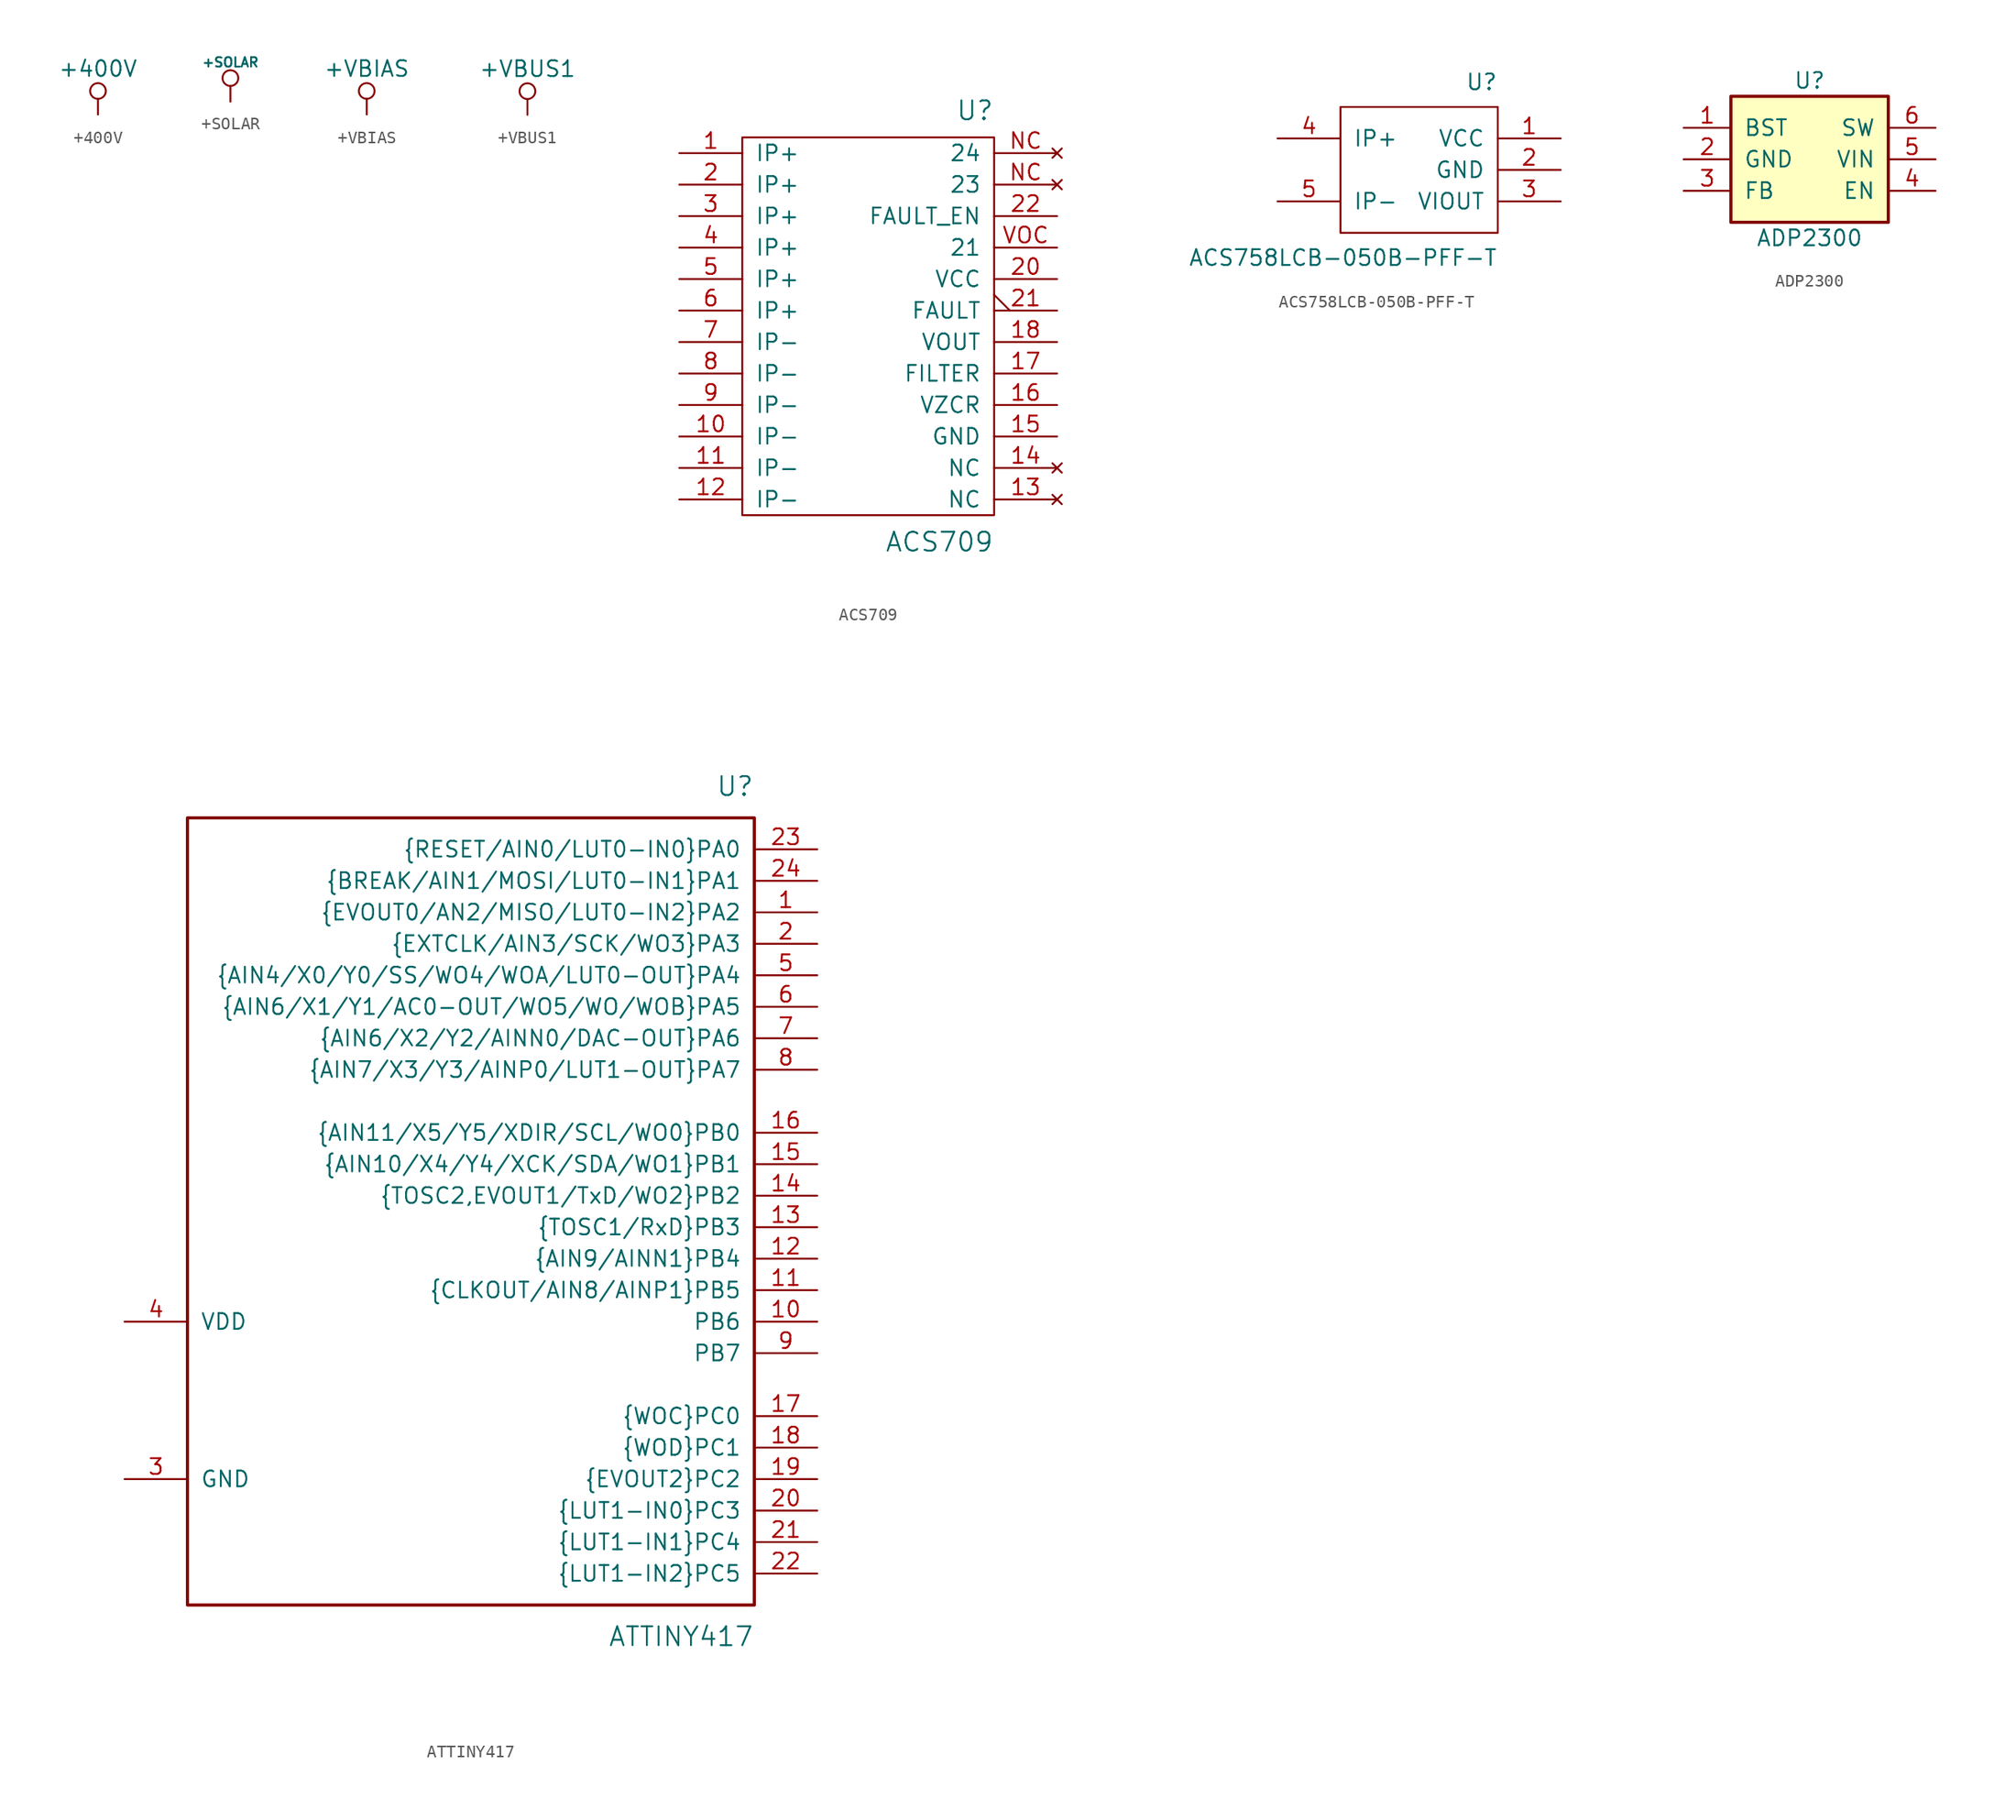
<source format=kicad_sym>
(kicad_symbol_lib
  (version 20211014)
  (generator kicad_symbol_editor)
  (symbol "+400V"
    (power)
    (pin_numbers hide)
    (pin_names
      (offset 0))
    (property "Reference" "#PWR"
      (at 0 -1.27 0)
      (effects (font (size 0.508 0.508)) hide))
    (property "Value" "+400V"
      (at 0 4.445 0)
      (effects (font (size 1.27 1.27)) (justify top)))
    (property "Footprint" ""
      (at 0 0 0)
      (effects (font (size 1.524 1.524))))
    (property "Datasheet" ""
      (at 0 0 0)
      (effects (font (size 1.524 1.524))))
    (symbol "+400V_0_0"
      (pin power_in line (at 0 0 90) (length 0) hide (name "+400V" (effects (font (size 0.762 0.762)))) (number "1" (effects (font (size 0.508 0.508))))))
    (symbol "+400V_0_1"
      (polyline (pts (xy 0 0) (xy 0 1.27)) (stroke (width 0) (type default) (color 0 0 0 0)) (fill (type none)))
      (circle (center 0 1.905) (radius 0.635) (stroke (width 0) (type default) (color 0 0 0 0)) (fill (type none)))))
  (symbol "+SOLAR"
    (power)
    (pin_numbers hide)
    (pin_names
      (offset 0))
    (property "Reference" "#PWR"
      (at 0 -1.27 0)
      (effects (font (size 0.508 0.508)) hide))
    (property "Value" "+SOLAR"
      (at 0 3.175 0)
      (effects (font (size 0.762 0.762))))
    (property "Footprint" ""
      (at 0 0 0)
      (effects (font (size 1.524 1.524))))
    (property "Datasheet" ""
      (at 0 0 0)
      (effects (font (size 1.524 1.524))))
    (symbol "+SOLAR_0_0"
      (pin power_in line (at 0 0 90) (length 0) hide (name "+SOLAR" (effects (font (size 0.762 0.762)))) (number "1" (effects (font (size 0.508 0.508))))))
    (symbol "+SOLAR_0_1"
      (polyline (pts (xy 0 0) (xy 0 1.27)) (stroke (width 0) (type default) (color 0 0 0 0)) (fill (type none)))
      (circle (center 0 1.905) (radius 0.635) (stroke (width 0) (type default) (color 0 0 0 0)) (fill (type none)))))
  (symbol "+VBIAS"
    (power)
    (pin_numbers hide)
    (pin_names
      (offset 0))
    (property "Reference" "#PWR"
      (at 0 -1.27 0)
      (effects (font (size 0.508 0.508)) hide))
    (property "Value" "+VBIAS"
      (at 0 4.445 0)
      (effects (font (size 1.27 1.27)) (justify top)))
    (property "Footprint" ""
      (at 0 0 0)
      (effects (font (size 1.524 1.524))))
    (property "Datasheet" ""
      (at 0 0 0)
      (effects (font (size 1.524 1.524))))
    (symbol "+VBIAS_0_0"
      (pin power_in line (at 0 0 90) (length 0) hide (name "+VBIAS" (effects (font (size 0.762 0.762)))) (number "1" (effects (font (size 0.508 0.508))))))
    (symbol "+VBIAS_0_1"
      (polyline (pts (xy 0 0) (xy 0 1.27)) (stroke (width 0) (type default) (color 0 0 0 0)) (fill (type none)))
      (circle (center 0 1.905) (radius 0.635) (stroke (width 0) (type default) (color 0 0 0 0)) (fill (type none)))))
  (symbol "+VBUS1"
    (power)
    (pin_numbers hide)
    (pin_names
      (offset 0))
    (property "Reference" "#PWR"
      (at 0 -1.27 0)
      (effects (font (size 0.508 0.508)) hide))
    (property "Value" "+VBUS1"
      (at 0 4.445 0)
      (effects (font (size 1.27 1.27)) (justify top)))
    (property "Footprint" ""
      (at 0 0 0)
      (effects (font (size 1.524 1.524))))
    (property "Datasheet" ""
      (at 0 0 0)
      (effects (font (size 1.524 1.524))))
    (symbol "+VBUS1_0_0"
      (pin power_in line (at 0 0 90) (length 0) hide (name "+VBUS1" (effects (font (size 0.762 0.762)))) (number "1" (effects (font (size 0.508 0.508))))))
    (symbol "+VBUS1_0_1"
      (polyline (pts (xy 0 0) (xy 0 1.27)) (stroke (width 0) (type default) (color 0 0 0 0)) (fill (type none)))
      (circle (center 0 1.905) (radius 0.635) (stroke (width 0) (type default) (color 0 0 0 0)) (fill (type none)))))
  (symbol "ACS709"
    (pin_names
      (offset 1.016))
    (property "Reference" "U"
      (at 11.43 16.51 0)
      (effects (font (size 1.524 1.524)) (justify right bottom)))
    (property "Value" "ACS709"
      (at 11.43 -16.51 0)
      (effects (font (size 1.524 1.524)) (justify right top)))
    (symbol "ACS709_0_1"
      (rectangle (start -8.89 15.24) (end 11.43 -15.24) (stroke (width 0) (type default) (color 0 0 0 0)) (fill (type none))))
    (symbol "ACS709_1_1"
      (pin passive line (at -13.97 13.97 0) (length 5.08) (name "IP+" (effects (font (size 1.27 1.27)))) (number "1" (effects (font (size 1.27 1.27)))))
      (pin passive line (at -13.97 -8.89 0) (length 5.08) (name "IP-" (effects (font (size 1.27 1.27)))) (number "10" (effects (font (size 1.27 1.27)))))
      (pin passive line (at -13.97 -11.43 0) (length 5.08) (name "IP-" (effects (font (size 1.27 1.27)))) (number "11" (effects (font (size 1.27 1.27)))))
      (pin passive line (at -13.97 -13.97 0) (length 5.08) (name "IP-" (effects (font (size 1.27 1.27)))) (number "12" (effects (font (size 1.27 1.27)))))
      (pin no_connect line (at 16.51 -13.97 180) (length 5.08) (name "NC" (effects (font (size 1.27 1.27)))) (number "13" (effects (font (size 1.27 1.27)))))
      (pin no_connect line (at 16.51 -11.43 180) (length 5.08) (name "NC" (effects (font (size 1.27 1.27)))) (number "14" (effects (font (size 1.27 1.27)))))
      (pin power_out line (at 16.51 -8.89 180) (length 5.08) (name "GND" (effects (font (size 1.27 1.27)))) (number "15" (effects (font (size 1.27 1.27)))))
      (pin output line (at 16.51 -6.35 180) (length 5.08) (name "VZCR" (effects (font (size 1.27 1.27)))) (number "16" (effects (font (size 1.27 1.27)))))
      (pin output line (at 16.51 -3.81 180) (length 5.08) (name "FILTER" (effects (font (size 1.27 1.27)))) (number "17" (effects (font (size 1.27 1.27)))))
      (pin output line (at 16.51 -1.27 180) (length 5.08) (name "VOUT" (effects (font (size 1.27 1.27)))) (number "18" (effects (font (size 1.27 1.27)))))
      (pin passive line (at -13.97 11.43 0) (length 5.08) (name "IP+" (effects (font (size 1.27 1.27)))) (number "2" (effects (font (size 1.27 1.27)))))
      (pin power_in line (at 16.51 3.81 180) (length 5.08) (name "VCC" (effects (font (size 1.27 1.27)))) (number "20" (effects (font (size 1.27 1.27)))))
      (pin output output_low (at 16.51 1.27 180) (length 5.08) (name "FAULT" (effects (font (size 1.27 1.27)))) (number "21" (effects (font (size 1.27 1.27)))))
      (pin input line (at 16.51 8.89 180) (length 5.08) (name "FAULT_EN" (effects (font (size 1.27 1.27)))) (number "22" (effects (font (size 1.27 1.27)))))
      (pin passive line (at -13.97 8.89 0) (length 5.08) (name "IP+" (effects (font (size 1.27 1.27)))) (number "3" (effects (font (size 1.27 1.27)))))
      (pin passive line (at -13.97 6.35 0) (length 5.08) (name "IP+" (effects (font (size 1.27 1.27)))) (number "4" (effects (font (size 1.27 1.27)))))
      (pin passive line (at -13.97 3.81 0) (length 5.08) (name "IP+" (effects (font (size 1.27 1.27)))) (number "5" (effects (font (size 1.27 1.27)))))
      (pin passive line (at -13.97 1.27 0) (length 5.08) (name "IP+" (effects (font (size 1.27 1.27)))) (number "6" (effects (font (size 1.27 1.27)))))
      (pin passive line (at -13.97 -1.27 0) (length 5.08) (name "IP-" (effects (font (size 1.27 1.27)))) (number "7" (effects (font (size 1.27 1.27)))))
      (pin passive line (at -13.97 -3.81 0) (length 5.08) (name "IP-" (effects (font (size 1.27 1.27)))) (number "8" (effects (font (size 1.27 1.27)))))
      (pin passive line (at -13.97 -6.35 0) (length 5.08) (name "IP-" (effects (font (size 1.27 1.27)))) (number "9" (effects (font (size 1.27 1.27)))))
      (pin no_connect line (at 16.51 11.43 180) (length 5.08) (name "23" (effects (font (size 1.27 1.27)))) (number "NC" (effects (font (size 1.27 1.27)))))
      (pin no_connect line (at 16.51 13.97 180) (length 5.08) (name "24" (effects (font (size 1.27 1.27)))) (number "NC" (effects (font (size 1.27 1.27)))))
      (pin input line (at 16.51 6.35 180) (length 5.08) (name "21" (effects (font (size 1.27 1.27)))) (number "VOC" (effects (font (size 1.27 1.27)))))))
  (symbol "ACS758LCB-050B-PFF-T"
    (pin_names
      (offset 1.016))
    (property "Reference" "U"
      (at 5.08 6.35 0)
      (effects (font (size 1.27 1.27)) (justify right bottom)))
    (property "Value" "ACS758LCB-050B-PFF-T"
      (at 5.08 -6.35 0)
      (effects (font (size 1.27 1.27)) (justify right top)))
    (property "Footprint" ""
      (at -1.27 7.62 0)
      (effects (font (size 1.016 1.016))))
    (property "Datasheet" ""
      (at -1.27 7.62 0)
      (effects (font (size 1.016 1.016))))
    (symbol "ACS758LCB-050B-PFF-T_0_1"
      (rectangle (start -7.62 5.08) (end 5.08 -5.08) (stroke (width 0) (type default) (color 0 0 0 0)) (fill (type none))))
    (symbol "ACS758LCB-050B-PFF-T_1_1"
      (pin power_in line (at 10.16 2.54 180) (length 5.08) (name "VCC" (effects (font (size 1.27 1.27)))) (number "1" (effects (font (size 1.27 1.27)))))
      (pin power_out line (at 10.16 0 180) (length 5.08) (name "GND" (effects (font (size 1.27 1.27)))) (number "2" (effects (font (size 1.27 1.27)))))
      (pin output line (at 10.16 -2.54 180) (length 5.08) (name "VIOUT" (effects (font (size 1.27 1.27)))) (number "3" (effects (font (size 1.27 1.27)))))
      (pin passive line (at -12.7 2.54 0) (length 5.08) (name "IP+" (effects (font (size 1.27 1.27)))) (number "4" (effects (font (size 1.27 1.27)))))
      (pin passive line (at -12.7 -2.54 0) (length 5.08) (name "IP-" (effects (font (size 1.27 1.27)))) (number "5" (effects (font (size 1.27 1.27)))))))
  (symbol "ADP2300"
    (pin_names
      (offset 1.016))
    (property "Reference" "U"
      (at 0 6.35 0)
      (effects (font (size 1.27 1.27))))
    (property "Value" "ADP2300"
      (at 0 -6.35 0)
      (effects (font (size 1.27 1.27))))
    (symbol "ADP2300_0_1"
      (rectangle (start -6.35 5.08) (end 6.35 -5.08) (stroke (width 0.254) (type default) (color 0 0 0 0)) (fill (type background))))
    (symbol "ADP2300_1_1"
      (pin input line (at -10.16 2.54 0) (length 3.81) (name "BST" (effects (font (size 1.27 1.27)))) (number "1" (effects (font (size 1.27 1.27)))))
      (pin power_in line (at -10.16 0 0) (length 3.81) (name "GND" (effects (font (size 1.27 1.27)))) (number "2" (effects (font (size 1.27 1.27)))))
      (pin input line (at -10.16 -2.54 0) (length 3.81) (name "FB" (effects (font (size 1.27 1.27)))) (number "3" (effects (font (size 1.27 1.27)))))
      (pin input line (at 10.16 -2.54 180) (length 3.81) (name "EN" (effects (font (size 1.27 1.27)))) (number "4" (effects (font (size 1.27 1.27)))))
      (pin power_in line (at 10.16 0 180) (length 3.81) (name "VIN" (effects (font (size 1.27 1.27)))) (number "5" (effects (font (size 1.27 1.27)))))
      (pin power_out line (at 10.16 2.54 180) (length 3.81) (name "SW" (effects (font (size 1.27 1.27)))) (number "6" (effects (font (size 1.27 1.27)))))))
  (symbol "ATTINY417"
    (pin_names
      (offset 1.016))
    (property "Reference" "U"
      (at 20.32 35.56 0)
      (effects (font (size 1.524 1.524)) (justify right)))
    (property "Value" "ATTINY417"
      (at 20.32 -33.02 0)
      (effects (font (size 1.524 1.524)) (justify right)))
    (property "Footprint" ""
      (at 1.27 34.29 0)
      (effects (font (size 1.524 1.524))))
    (property "Datasheet" ""
      (at 1.27 34.29 0)
      (effects (font (size 1.524 1.524))))
    (symbol "ATTINY417_0_1"
      (rectangle (start 20.32 -30.48) (end -25.4 33.02) (stroke (width 0.254) (type default) (color 0 0 0 0)) (fill (type none))))
    (symbol "ATTINY417_1_1"
      (pin bidirectional line (at 25.4 25.4 180) (length 5.08) (name "{EVOUT0/AN2/MISO/LUT0-IN2}PA2" (effects (font (size 1.27 1.27)))) (number "1" (effects (font (size 1.27 1.27)))))
      (pin bidirectional line (at 25.4 -7.62 180) (length 5.08) (name "PB6" (effects (font (size 1.27 1.27)))) (number "10" (effects (font (size 1.27 1.27)))))
      (pin bidirectional line (at 25.4 -5.08 180) (length 5.08) (name "{CLKOUT/AIN8/AINP1}PB5" (effects (font (size 1.27 1.27)))) (number "11" (effects (font (size 1.27 1.27)))))
      (pin bidirectional line (at 25.4 -2.54 180) (length 5.08) (name "{AIN9/AINN1}PB4" (effects (font (size 1.27 1.27)))) (number "12" (effects (font (size 1.27 1.27)))))
      (pin bidirectional line (at 25.4 0 180) (length 5.08) (name "{TOSC1/RxD}PB3" (effects (font (size 1.27 1.27)))) (number "13" (effects (font (size 1.27 1.27)))))
      (pin bidirectional line (at 25.4 2.54 180) (length 5.08) (name "{TOSC2,EVOUT1/TxD/WO2}PB2" (effects (font (size 1.27 1.27)))) (number "14" (effects (font (size 1.27 1.27)))))
      (pin bidirectional line (at 25.4 5.08 180) (length 5.08) (name "{AIN10/X4/Y4/XCK/SDA/WO1}PB1" (effects (font (size 1.27 1.27)))) (number "15" (effects (font (size 1.27 1.27)))))
      (pin bidirectional line (at 25.4 7.62 180) (length 5.08) (name "{AIN11/X5/Y5/XDIR/SCL/WO0}PB0" (effects (font (size 1.27 1.27)))) (number "16" (effects (font (size 1.27 1.27)))))
      (pin bidirectional line (at 25.4 -15.24 180) (length 5.08) (name "{WOC}PC0" (effects (font (size 1.27 1.27)))) (number "17" (effects (font (size 1.27 1.27)))))
      (pin bidirectional line (at 25.4 -17.78 180) (length 5.08) (name "{WOD}PC1" (effects (font (size 1.27 1.27)))) (number "18" (effects (font (size 1.27 1.27)))))
      (pin bidirectional line (at 25.4 -20.32 180) (length 5.08) (name "{EVOUT2}PC2" (effects (font (size 1.27 1.27)))) (number "19" (effects (font (size 1.27 1.27)))))
      (pin bidirectional line (at 25.4 22.86 180) (length 5.08) (name "{EXTCLK/AIN3/SCK/WO3}PA3" (effects (font (size 1.27 1.27)))) (number "2" (effects (font (size 1.27 1.27)))))
      (pin bidirectional line (at 25.4 -22.86 180) (length 5.08) (name "{LUT1-IN0}PC3" (effects (font (size 1.27 1.27)))) (number "20" (effects (font (size 1.27 1.27)))))
      (pin bidirectional line (at 25.4 -25.4 180) (length 5.08) (name "{LUT1-IN1}PC4" (effects (font (size 1.27 1.27)))) (number "21" (effects (font (size 1.27 1.27)))))
      (pin bidirectional line (at 25.4 -27.94 180) (length 5.08) (name "{LUT1-IN2}PC5" (effects (font (size 1.27 1.27)))) (number "22" (effects (font (size 1.27 1.27)))))
      (pin bidirectional line (at 25.4 30.48 180) (length 5.08) (name "{RESET/AIN0/LUT0-IN0}PA0" (effects (font (size 1.27 1.27)))) (number "23" (effects (font (size 1.27 1.27)))))
      (pin bidirectional line (at 25.4 27.94 180) (length 5.08) (name "{BREAK/AIN1/MOSI/LUT0-IN1}PA1" (effects (font (size 1.27 1.27)))) (number "24" (effects (font (size 1.27 1.27)))))
      (pin power_out line (at -30.48 -20.32 0) (length 5.08) (name "GND" (effects (font (size 1.27 1.27)))) (number "3" (effects (font (size 1.27 1.27)))))
      (pin power_in line (at -30.48 -7.62 0) (length 5.08) (name "VDD" (effects (font (size 1.27 1.27)))) (number "4" (effects (font (size 1.27 1.27)))))
      (pin bidirectional line (at 25.4 20.32 180) (length 5.08) (name "{AIN4/X0/Y0/SS/WO4/WOA/LUT0-OUT}PA4" (effects (font (size 1.27 1.27)))) (number "5" (effects (font (size 1.27 1.27)))))
      (pin bidirectional line (at 25.4 17.78 180) (length 5.08) (name "{AIN6/X1/Y1/AC0-OUT/WO5/WO/WOB}PA5" (effects (font (size 1.27 1.27)))) (number "6" (effects (font (size 1.27 1.27)))))
      (pin bidirectional line (at 25.4 15.24 180) (length 5.08) (name "{AIN6/X2/Y2/AINN0/DAC-OUT}PA6" (effects (font (size 1.27 1.27)))) (number "7" (effects (font (size 1.27 1.27)))))
      (pin bidirectional line (at 25.4 12.7 180) (length 5.08) (name "{AIN7/X3/Y3/AINP0/LUT1-OUT}PA7" (effects (font (size 1.27 1.27)))) (number "8" (effects (font (size 1.27 1.27)))))
      (pin bidirectional line (at 25.4 -10.16 180) (length 5.08) (name "PB7" (effects (font (size 1.27 1.27)))) (number "9" (effects (font (size 1.27 1.27))))))))
</source>
